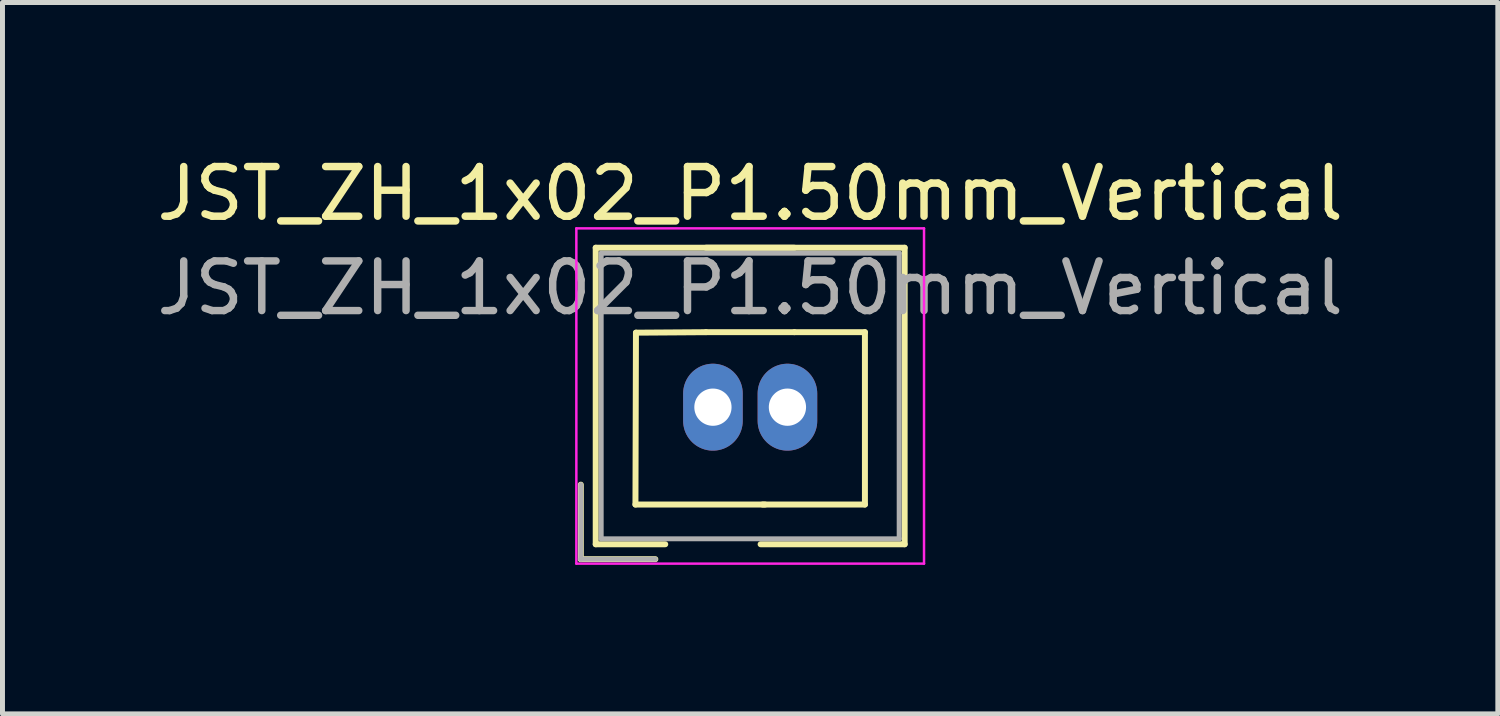
<source format=kicad_pcb>
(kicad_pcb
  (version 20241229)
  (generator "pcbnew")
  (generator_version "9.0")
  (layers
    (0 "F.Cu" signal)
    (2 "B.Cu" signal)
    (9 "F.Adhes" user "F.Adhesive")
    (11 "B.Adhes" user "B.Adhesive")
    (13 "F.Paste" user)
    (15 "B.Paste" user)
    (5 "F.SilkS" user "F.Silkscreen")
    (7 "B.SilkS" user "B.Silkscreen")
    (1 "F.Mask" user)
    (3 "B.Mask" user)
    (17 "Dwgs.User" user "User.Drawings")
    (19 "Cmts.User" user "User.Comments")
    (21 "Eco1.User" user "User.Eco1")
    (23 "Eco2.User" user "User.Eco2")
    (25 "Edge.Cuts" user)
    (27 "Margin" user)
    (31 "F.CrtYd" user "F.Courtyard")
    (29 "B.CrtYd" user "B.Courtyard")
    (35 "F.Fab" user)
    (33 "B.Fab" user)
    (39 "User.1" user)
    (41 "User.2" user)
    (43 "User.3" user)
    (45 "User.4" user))
  (footprint "JST_ZH_1x02_P1.50mm_Vertical"
    (layer "F.Cu")
    (at 11.304 7.148)
    (property "Reference" "JST_ZH_1x02_P1.50mm_Vertical" (at 0.75 -6.3 0) (layer "F.SilkS") (effects (font (size 1 1) (thickness 0.15))))
    (attr through_hole)
    (fp_line (start -2.66 -0.44) (end -2.66 1.06) (stroke (width 0.12) (type solid)) (layer "F.SilkS"))
    (fp_line (start -2.66 1.06) (end -1.16 1.06) (stroke (width 0.12) (type solid)) (layer "F.SilkS"))
    (fp_line (start -2.36 -5.21) (end 3.86 -5.21) (stroke (width 0.12) (type solid)) (layer "F.SilkS"))
    (fp_line (start -2.36 0.76) (end -2.36 -5.21) (stroke (width 0.12) (type solid)) (layer "F.SilkS"))
    (fp_line (start -1.56 -0.04) (end 1.05 -0.04) (stroke (width 0.12) (type solid)) (layer "F.SilkS"))
    (fp_line (start -1.55 -3.5) (end -1.56 -0.04) (stroke (width 0.12) (type solid)) (layer "F.SilkS"))
    (fp_line (start -0.96 0.76) (end -2.36 0.76) (stroke (width 0.12) (type solid)) (layer "F.SilkS"))
    (fp_line (start -0.14 -3.51) (end -1.55 -3.5) (stroke (width 0.12) (type solid)) (layer "F.SilkS"))
    (fp_line (start -0.14 -3.51) (end 1.64 -3.51) (stroke (width 0.12) (type solid)) (layer "F.SilkS"))
    (fp_line (start 1.64 -5.21) (end -0.14 -5.21) (stroke (width 0.12) (type solid)) (layer "F.SilkS"))
    (fp_line (start 1.64 -3.51) (end 3.06 -3.51) (stroke (width 0.12) (type solid)) (layer "F.SilkS"))
    (fp_line (start 3.06 -3.51) (end 3.06 -0.04) (stroke (width 0.12) (type solid)) (layer "F.SilkS"))
    (fp_line (start 3.06 -0.04) (end 1 -0.04) (stroke (width 0.12) (type solid)) (layer "F.SilkS"))
    (fp_line (start 3.86 -5.21) (end 3.86 0.76) (stroke (width 0.12) (type solid)) (layer "F.SilkS"))
    (fp_line (start 3.86 0.76) (end 0.96 0.76) (stroke (width 0.12) (type solid)) (layer "F.SilkS"))
    (fp_line (start -2.75 -5.6) (end -2.75 1.15) (stroke (width 0.05) (type solid)) (layer "F.CrtYd"))
    (fp_line (start -2.75 1.15) (end 4.25 1.15) (stroke (width 0.05) (type solid)) (layer "F.CrtYd"))
    (fp_line (start 4.25 -5.6) (end -2.75 -5.6) (stroke (width 0.05) (type solid)) (layer "F.CrtYd"))
    (fp_line (start 4.25 1.15) (end 4.25 -5.6) (stroke (width 0.05) (type solid)) (layer "F.CrtYd"))
    (fp_line (start -2.66 -0.44) (end -2.66 1.06) (stroke (width 0.1) (type solid)) (layer "F.Fab"))
    (fp_line (start -2.66 1.06) (end -1.16 1.06) (stroke (width 0.1) (type solid)) (layer "F.Fab"))
    (fp_line (start -2.25 -5.1) (end -2.25 0.65) (stroke (width 0.1) (type solid)) (layer "F.Fab"))
    (fp_line (start -2.25 0.65) (end 3.75 0.65) (stroke (width 0.1) (type solid)) (layer "F.Fab"))
    (fp_line (start 3.75 -5.1) (end -2.25 -5.1) (stroke (width 0.1) (type solid)) (layer "F.Fab"))
    (fp_line (start 3.75 0.65) (end 3.75 -5.1) (stroke (width 0.1) (type solid)) (layer "F.Fab"))
    (fp_text user "${REFERENCE}" (at 0.75 -4.4 0) (layer "F.Fab") (effects (font (size 1 1) (thickness 0.15))))
    (pad "1" thru_hole oval (at 0 -2) (size 1.2 1.75) (drill 0.75) (layers "*.Cu" "*.Mask"))
    (pad "2" thru_hole oval (at 1.5 -2) (size 1.2 1.75) (drill 0.75) (layers "*.Cu" "*.Mask")))
  (gr_rect
    (start -3 -3)
    (end 27.107 11.323)
    (stroke (width 0.1) (type default))
    (fill no)
    (layer "Edge.Cuts")))
</source>
